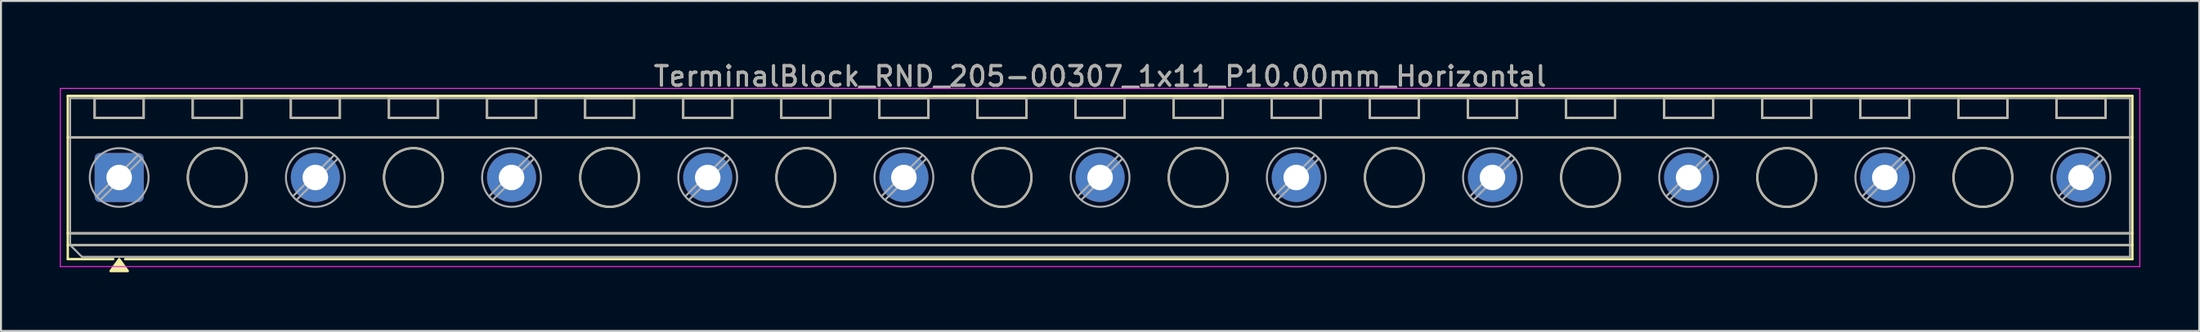
<source format=kicad_pcb>
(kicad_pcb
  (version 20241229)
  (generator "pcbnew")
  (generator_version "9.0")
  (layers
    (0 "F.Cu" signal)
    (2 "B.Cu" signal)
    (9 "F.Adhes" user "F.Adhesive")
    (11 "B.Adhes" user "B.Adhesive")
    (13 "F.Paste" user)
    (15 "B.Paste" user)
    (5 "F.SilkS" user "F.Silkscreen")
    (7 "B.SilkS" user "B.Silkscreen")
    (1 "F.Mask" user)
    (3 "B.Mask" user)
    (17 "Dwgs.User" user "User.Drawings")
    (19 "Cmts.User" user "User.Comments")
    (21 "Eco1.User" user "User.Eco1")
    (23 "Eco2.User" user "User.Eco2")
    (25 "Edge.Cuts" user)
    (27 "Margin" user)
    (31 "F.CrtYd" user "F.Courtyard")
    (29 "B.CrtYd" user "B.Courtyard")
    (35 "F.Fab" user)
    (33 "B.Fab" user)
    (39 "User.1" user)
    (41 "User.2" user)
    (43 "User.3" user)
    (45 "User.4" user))
  (footprint "TerminalBlock_RND_205-00307_1x11_P10.00mm_Horizontal"
    (layer "F.Cu")
    (at 3.025 6.018)
    (property "Reference" "TerminalBlock_RND_205-00307_1x11_P10.00mm_Horizontal" (at 50 -5.17 0) (layer "F.SilkS") (effects (font (size 1 1) (thickness 0.15))))
    (attr through_hole)
    (fp_line (start -2.62 -4.17) (end -2.62 4.17) (stroke (width 0.12) (type solid)) (layer "F.SilkS"))
    (fp_line (start -2.62 -4.17) (end 102.62 -4.17) (stroke (width 0.12) (type solid)) (layer "F.SilkS"))
    (fp_line (start -2.62 -2.05) (end 102.62 -2.05) (stroke (width 0.12) (type solid)) (layer "F.SilkS"))
    (fp_line (start -2.62 2.85) (end 102.62 2.85) (stroke (width 0.12) (type solid)) (layer "F.SilkS"))
    (fp_line (start -2.62 3.45) (end 102.62 3.45) (stroke (width 0.12) (type solid)) (layer "F.SilkS"))
    (fp_line (start -2.62 4.17) (end -0.3 4.17) (stroke (width 0.12) (type solid)) (layer "F.SilkS"))
    (fp_line (start -1.25 -4.05) (end -1.25 -3.05) (stroke (width 0.12) (type solid)) (layer "F.SilkS"))
    (fp_line (start -1.25 -4.05) (end 1.25 -4.05) (stroke (width 0.12) (type solid)) (layer "F.SilkS"))
    (fp_line (start -1.25 -3.05) (end 1.25 -3.05) (stroke (width 0.12) (type solid)) (layer "F.SilkS"))
    (fp_line (start 0.3 4.17) (end 102.62 4.17) (stroke (width 0.12) (type solid)) (layer "F.SilkS"))
    (fp_line (start 1.25 -4.05) (end 1.25 -3.05) (stroke (width 0.12) (type solid)) (layer "F.SilkS"))
    (fp_line (start 3.75 -4.05) (end 3.75 -3.05) (stroke (width 0.12) (type solid)) (layer "F.SilkS"))
    (fp_line (start 3.75 -4.05) (end 6.25 -4.05) (stroke (width 0.12) (type solid)) (layer "F.SilkS"))
    (fp_line (start 3.75 -3.05) (end 6.25 -3.05) (stroke (width 0.12) (type solid)) (layer "F.SilkS"))
    (fp_line (start 6.25 -4.05) (end 6.25 -3.05) (stroke (width 0.12) (type solid)) (layer "F.SilkS"))
    (fp_line (start 8.75 -4.05) (end 8.75 -3.05) (stroke (width 0.12) (type solid)) (layer "F.SilkS"))
    (fp_line (start 8.75 -4.05) (end 11.25 -4.05) (stroke (width 0.12) (type solid)) (layer "F.SilkS"))
    (fp_line (start 8.75 -3.05) (end 11.25 -3.05) (stroke (width 0.12) (type solid)) (layer "F.SilkS"))
    (fp_line (start 11.25 -4.05) (end 11.25 -3.05) (stroke (width 0.12) (type solid)) (layer "F.SilkS"))
    (fp_line (start 13.75 -4.05) (end 13.75 -3.05) (stroke (width 0.12) (type solid)) (layer "F.SilkS"))
    (fp_line (start 13.75 -4.05) (end 16.25 -4.05) (stroke (width 0.12) (type solid)) (layer "F.SilkS"))
    (fp_line (start 13.75 -3.05) (end 16.25 -3.05) (stroke (width 0.12) (type solid)) (layer "F.SilkS"))
    (fp_line (start 16.25 -4.05) (end 16.25 -3.05) (stroke (width 0.12) (type solid)) (layer "F.SilkS"))
    (fp_line (start 18.75 -4.05) (end 18.75 -3.05) (stroke (width 0.12) (type solid)) (layer "F.SilkS"))
    (fp_line (start 18.75 -4.05) (end 21.25 -4.05) (stroke (width 0.12) (type solid)) (layer "F.SilkS"))
    (fp_line (start 18.75 -3.05) (end 21.25 -3.05) (stroke (width 0.12) (type solid)) (layer "F.SilkS"))
    (fp_line (start 21.25 -4.05) (end 21.25 -3.05) (stroke (width 0.12) (type solid)) (layer "F.SilkS"))
    (fp_line (start 23.75 -4.05) (end 23.75 -3.05) (stroke (width 0.12) (type solid)) (layer "F.SilkS"))
    (fp_line (start 23.75 -4.05) (end 26.25 -4.05) (stroke (width 0.12) (type solid)) (layer "F.SilkS"))
    (fp_line (start 23.75 -3.05) (end 26.25 -3.05) (stroke (width 0.12) (type solid)) (layer "F.SilkS"))
    (fp_line (start 26.25 -4.05) (end 26.25 -3.05) (stroke (width 0.12) (type solid)) (layer "F.SilkS"))
    (fp_line (start 28.75 -4.05) (end 28.75 -3.05) (stroke (width 0.12) (type solid)) (layer "F.SilkS"))
    (fp_line (start 28.75 -4.05) (end 31.25 -4.05) (stroke (width 0.12) (type solid)) (layer "F.SilkS"))
    (fp_line (start 28.75 -3.05) (end 31.25 -3.05) (stroke (width 0.12) (type solid)) (layer "F.SilkS"))
    (fp_line (start 31.25 -4.05) (end 31.25 -3.05) (stroke (width 0.12) (type solid)) (layer "F.SilkS"))
    (fp_line (start 33.75 -4.05) (end 33.75 -3.05) (stroke (width 0.12) (type solid)) (layer "F.SilkS"))
    (fp_line (start 33.75 -4.05) (end 36.25 -4.05) (stroke (width 0.12) (type solid)) (layer "F.SilkS"))
    (fp_line (start 33.75 -3.05) (end 36.25 -3.05) (stroke (width 0.12) (type solid)) (layer "F.SilkS"))
    (fp_line (start 36.25 -4.05) (end 36.25 -3.05) (stroke (width 0.12) (type solid)) (layer "F.SilkS"))
    (fp_line (start 38.75 -4.05) (end 38.75 -3.05) (stroke (width 0.12) (type solid)) (layer "F.SilkS"))
    (fp_line (start 38.75 -4.05) (end 41.25 -4.05) (stroke (width 0.12) (type solid)) (layer "F.SilkS"))
    (fp_line (start 38.75 -3.05) (end 41.25 -3.05) (stroke (width 0.12) (type solid)) (layer "F.SilkS"))
    (fp_line (start 41.25 -4.05) (end 41.25 -3.05) (stroke (width 0.12) (type solid)) (layer "F.SilkS"))
    (fp_line (start 43.75 -4.05) (end 43.75 -3.05) (stroke (width 0.12) (type solid)) (layer "F.SilkS"))
    (fp_line (start 43.75 -4.05) (end 46.25 -4.05) (stroke (width 0.12) (type solid)) (layer "F.SilkS"))
    (fp_line (start 43.75 -3.05) (end 46.25 -3.05) (stroke (width 0.12) (type solid)) (layer "F.SilkS"))
    (fp_line (start 46.25 -4.05) (end 46.25 -3.05) (stroke (width 0.12) (type solid)) (layer "F.SilkS"))
    (fp_line (start 48.75 -4.05) (end 48.75 -3.05) (stroke (width 0.12) (type solid)) (layer "F.SilkS"))
    (fp_line (start 48.75 -4.05) (end 51.25 -4.05) (stroke (width 0.12) (type solid)) (layer "F.SilkS"))
    (fp_line (start 48.75 -3.05) (end 51.25 -3.05) (stroke (width 0.12) (type solid)) (layer "F.SilkS"))
    (fp_line (start 51.25 -4.05) (end 51.25 -3.05) (stroke (width 0.12) (type solid)) (layer "F.SilkS"))
    (fp_line (start 53.75 -4.05) (end 53.75 -3.05) (stroke (width 0.12) (type solid)) (layer "F.SilkS"))
    (fp_line (start 53.75 -4.05) (end 56.25 -4.05) (stroke (width 0.12) (type solid)) (layer "F.SilkS"))
    (fp_line (start 53.75 -3.05) (end 56.25 -3.05) (stroke (width 0.12) (type solid)) (layer "F.SilkS"))
    (fp_line (start 56.25 -4.05) (end 56.25 -3.05) (stroke (width 0.12) (type solid)) (layer "F.SilkS"))
    (fp_line (start 58.75 -4.05) (end 58.75 -3.05) (stroke (width 0.12) (type solid)) (layer "F.SilkS"))
    (fp_line (start 58.75 -4.05) (end 61.25 -4.05) (stroke (width 0.12) (type solid)) (layer "F.SilkS"))
    (fp_line (start 58.75 -3.05) (end 61.25 -3.05) (stroke (width 0.12) (type solid)) (layer "F.SilkS"))
    (fp_line (start 61.25 -4.05) (end 61.25 -3.05) (stroke (width 0.12) (type solid)) (layer "F.SilkS"))
    (fp_line (start 63.75 -4.05) (end 63.75 -3.05) (stroke (width 0.12) (type solid)) (layer "F.SilkS"))
    (fp_line (start 63.75 -4.05) (end 66.25 -4.05) (stroke (width 0.12) (type solid)) (layer "F.SilkS"))
    (fp_line (start 63.75 -3.05) (end 66.25 -3.05) (stroke (width 0.12) (type solid)) (layer "F.SilkS"))
    (fp_line (start 66.25 -4.05) (end 66.25 -3.05) (stroke (width 0.12) (type solid)) (layer "F.SilkS"))
    (fp_line (start 68.75 -4.05) (end 68.75 -3.05) (stroke (width 0.12) (type solid)) (layer "F.SilkS"))
    (fp_line (start 68.75 -4.05) (end 71.25 -4.05) (stroke (width 0.12) (type solid)) (layer "F.SilkS"))
    (fp_line (start 68.75 -3.05) (end 71.25 -3.05) (stroke (width 0.12) (type solid)) (layer "F.SilkS"))
    (fp_line (start 71.25 -4.05) (end 71.25 -3.05) (stroke (width 0.12) (type solid)) (layer "F.SilkS"))
    (fp_line (start 73.75 -4.05) (end 73.75 -3.05) (stroke (width 0.12) (type solid)) (layer "F.SilkS"))
    (fp_line (start 73.75 -4.05) (end 76.25 -4.05) (stroke (width 0.12) (type solid)) (layer "F.SilkS"))
    (fp_line (start 73.75 -3.05) (end 76.25 -3.05) (stroke (width 0.12) (type solid)) (layer "F.SilkS"))
    (fp_line (start 76.25 -4.05) (end 76.25 -3.05) (stroke (width 0.12) (type solid)) (layer "F.SilkS"))
    (fp_line (start 78.75 -4.05) (end 78.75 -3.05) (stroke (width 0.12) (type solid)) (layer "F.SilkS"))
    (fp_line (start 78.75 -4.05) (end 81.25 -4.05) (stroke (width 0.12) (type solid)) (layer "F.SilkS"))
    (fp_line (start 78.75 -3.05) (end 81.25 -3.05) (stroke (width 0.12) (type solid)) (layer "F.SilkS"))
    (fp_line (start 81.25 -4.05) (end 81.25 -3.05) (stroke (width 0.12) (type solid)) (layer "F.SilkS"))
    (fp_line (start 83.75 -4.05) (end 83.75 -3.05) (stroke (width 0.12) (type solid)) (layer "F.SilkS"))
    (fp_line (start 83.75 -4.05) (end 86.25 -4.05) (stroke (width 0.12) (type solid)) (layer "F.SilkS"))
    (fp_line (start 83.75 -3.05) (end 86.25 -3.05) (stroke (width 0.12) (type solid)) (layer "F.SilkS"))
    (fp_line (start 86.25 -4.05) (end 86.25 -3.05) (stroke (width 0.12) (type solid)) (layer "F.SilkS"))
    (fp_line (start 88.75 -4.05) (end 88.75 -3.05) (stroke (width 0.12) (type solid)) (layer "F.SilkS"))
    (fp_line (start 88.75 -4.05) (end 91.25 -4.05) (stroke (width 0.12) (type solid)) (layer "F.SilkS"))
    (fp_line (start 88.75 -3.05) (end 91.25 -3.05) (stroke (width 0.12) (type solid)) (layer "F.SilkS"))
    (fp_line (start 91.25 -4.05) (end 91.25 -3.05) (stroke (width 0.12) (type solid)) (layer "F.SilkS"))
    (fp_line (start 93.75 -4.05) (end 93.75 -3.05) (stroke (width 0.12) (type solid)) (layer "F.SilkS"))
    (fp_line (start 93.75 -4.05) (end 96.25 -4.05) (stroke (width 0.12) (type solid)) (layer "F.SilkS"))
    (fp_line (start 93.75 -3.05) (end 96.25 -3.05) (stroke (width 0.12) (type solid)) (layer "F.SilkS"))
    (fp_line (start 96.25 -4.05) (end 96.25 -3.05) (stroke (width 0.12) (type solid)) (layer "F.SilkS"))
    (fp_line (start 98.75 -4.05) (end 98.75 -3.05) (stroke (width 0.12) (type solid)) (layer "F.SilkS"))
    (fp_line (start 98.75 -4.05) (end 101.25 -4.05) (stroke (width 0.12) (type solid)) (layer "F.SilkS"))
    (fp_line (start 98.75 -3.05) (end 101.25 -3.05) (stroke (width 0.12) (type solid)) (layer "F.SilkS"))
    (fp_line (start 101.25 -4.05) (end 101.25 -3.05) (stroke (width 0.12) (type solid)) (layer "F.SilkS"))
    (fp_line (start 102.62 -4.17) (end 102.62 4.17) (stroke (width 0.12) (type solid)) (layer "F.SilkS"))
    (fp_circle (center 5 0) (end 6.5 0) (stroke (width 0.12) (type solid)) (fill no) (layer "F.SilkS"))
    (fp_circle (center 15 0) (end 16.5 0) (stroke (width 0.12) (type solid)) (fill no) (layer "F.SilkS"))
    (fp_circle (center 25 0) (end 26.5 0) (stroke (width 0.12) (type solid)) (fill no) (layer "F.SilkS"))
    (fp_circle (center 35 0) (end 36.5 0) (stroke (width 0.12) (type solid)) (fill no) (layer "F.SilkS"))
    (fp_circle (center 45 0) (end 46.5 0) (stroke (width 0.12) (type solid)) (fill no) (layer "F.SilkS"))
    (fp_circle (center 55 0) (end 56.5 0) (stroke (width 0.12) (type solid)) (fill no) (layer "F.SilkS"))
    (fp_circle (center 65 0) (end 66.5 0) (stroke (width 0.12) (type solid)) (fill no) (layer "F.SilkS"))
    (fp_circle (center 75 0) (end 76.5 0) (stroke (width 0.12) (type solid)) (fill no) (layer "F.SilkS"))
    (fp_circle (center 85 0) (end 86.5 0) (stroke (width 0.12) (type solid)) (fill no) (layer "F.SilkS"))
    (fp_circle (center 95 0) (end 96.5 0) (stroke (width 0.12) (type solid)) (fill no) (layer "F.SilkS"))
    (fp_poly (pts (xy 0 4.17) (xy 0.44 4.78) (xy -0.44 4.78)) (stroke (width 0.12) (type solid)) (fill yes) (layer "F.SilkS"))
    (fp_line (start -3 -4.55) (end -3 4.55) (stroke (width 0.05) (type solid)) (layer "F.CrtYd"))
    (fp_line (start -3 4.55) (end 103 4.55) (stroke (width 0.05) (type solid)) (layer "F.CrtYd"))
    (fp_line (start 103 -4.55) (end -3 -4.55) (stroke (width 0.05) (type solid)) (layer "F.CrtYd"))
    (fp_line (start 103 4.55) (end 103 -4.55) (stroke (width 0.05) (type solid)) (layer "F.CrtYd"))
    (fp_line (start -2.5 -4.05) (end 102.5 -4.05) (stroke (width 0.1) (type solid)) (layer "F.Fab"))
    (fp_line (start -2.5 -2.05) (end 102.5 -2.05) (stroke (width 0.1) (type solid)) (layer "F.Fab"))
    (fp_line (start -2.5 2.85) (end 102.5 2.85) (stroke (width 0.1) (type solid)) (layer "F.Fab"))
    (fp_line (start -2.5 3.45) (end -2.5 -4.05) (stroke (width 0.1) (type solid)) (layer "F.Fab"))
    (fp_line (start -2.5 3.45) (end 102.5 3.45) (stroke (width 0.1) (type solid)) (layer "F.Fab"))
    (fp_line (start -1.9 4.05) (end -2.5 3.45) (stroke (width 0.1) (type solid)) (layer "F.Fab"))
    (fp_line (start -1.25 -4.05) (end -1.25 -3.05) (stroke (width 0.1) (type solid)) (layer "F.Fab"))
    (fp_line (start -1.25 -3.05) (end 1.25 -3.05) (stroke (width 0.1) (type solid)) (layer "F.Fab"))
    (fp_line (start 0.955 -1.138) (end -1.138 0.955) (stroke (width 0.1) (type solid)) (layer "F.Fab"))
    (fp_line (start 1.138 -0.955) (end -0.955 1.138) (stroke (width 0.1) (type solid)) (layer "F.Fab"))
    (fp_line (start 1.25 -4.05) (end -1.25 -4.05) (stroke (width 0.1) (type solid)) (layer "F.Fab"))
    (fp_line (start 1.25 -3.05) (end 1.25 -4.05) (stroke (width 0.1) (type solid)) (layer "F.Fab"))
    (fp_line (start 3.75 -4.05) (end 3.75 -3.05) (stroke (width 0.1) (type solid)) (layer "F.Fab"))
    (fp_line (start 3.75 -3.05) (end 6.25 -3.05) (stroke (width 0.1) (type solid)) (layer "F.Fab"))
    (fp_line (start 6.25 -4.05) (end 3.75 -4.05) (stroke (width 0.1) (type solid)) (layer "F.Fab"))
    (fp_line (start 6.25 -3.05) (end 6.25 -4.05) (stroke (width 0.1) (type solid)) (layer "F.Fab"))
    (fp_line (start 8.75 -4.05) (end 8.75 -3.05) (stroke (width 0.1) (type solid)) (layer "F.Fab"))
    (fp_line (start 8.75 -3.05) (end 11.25 -3.05) (stroke (width 0.1) (type solid)) (layer "F.Fab"))
    (fp_line (start 10.955 -1.138) (end 8.862 0.955) (stroke (width 0.1) (type solid)) (layer "F.Fab"))
    (fp_line (start 11.138 -0.955) (end 9.045 1.138) (stroke (width 0.1) (type solid)) (layer "F.Fab"))
    (fp_line (start 11.25 -4.05) (end 8.75 -4.05) (stroke (width 0.1) (type solid)) (layer "F.Fab"))
    (fp_line (start 11.25 -3.05) (end 11.25 -4.05) (stroke (width 0.1) (type solid)) (layer "F.Fab"))
    (fp_line (start 13.75 -4.05) (end 13.75 -3.05) (stroke (width 0.1) (type solid)) (layer "F.Fab"))
    (fp_line (start 13.75 -3.05) (end 16.25 -3.05) (stroke (width 0.1) (type solid)) (layer "F.Fab"))
    (fp_line (start 16.25 -4.05) (end 13.75 -4.05) (stroke (width 0.1) (type solid)) (layer "F.Fab"))
    (fp_line (start 16.25 -3.05) (end 16.25 -4.05) (stroke (width 0.1) (type solid)) (layer "F.Fab"))
    (fp_line (start 18.75 -4.05) (end 18.75 -3.05) (stroke (width 0.1) (type solid)) (layer "F.Fab"))
    (fp_line (start 18.75 -3.05) (end 21.25 -3.05) (stroke (width 0.1) (type solid)) (layer "F.Fab"))
    (fp_line (start 20.955 -1.138) (end 18.862 0.955) (stroke (width 0.1) (type solid)) (layer "F.Fab"))
    (fp_line (start 21.138 -0.955) (end 19.045 1.138) (stroke (width 0.1) (type solid)) (layer "F.Fab"))
    (fp_line (start 21.25 -4.05) (end 18.75 -4.05) (stroke (width 0.1) (type solid)) (layer "F.Fab"))
    (fp_line (start 21.25 -3.05) (end 21.25 -4.05) (stroke (width 0.1) (type solid)) (layer "F.Fab"))
    (fp_line (start 23.75 -4.05) (end 23.75 -3.05) (stroke (width 0.1) (type solid)) (layer "F.Fab"))
    (fp_line (start 23.75 -3.05) (end 26.25 -3.05) (stroke (width 0.1) (type solid)) (layer "F.Fab"))
    (fp_line (start 26.25 -4.05) (end 23.75 -4.05) (stroke (width 0.1) (type solid)) (layer "F.Fab"))
    (fp_line (start 26.25 -3.05) (end 26.25 -4.05) (stroke (width 0.1) (type solid)) (layer "F.Fab"))
    (fp_line (start 28.75 -4.05) (end 28.75 -3.05) (stroke (width 0.1) (type solid)) (layer "F.Fab"))
    (fp_line (start 28.75 -3.05) (end 31.25 -3.05) (stroke (width 0.1) (type solid)) (layer "F.Fab"))
    (fp_line (start 30.955 -1.138) (end 28.862 0.955) (stroke (width 0.1) (type solid)) (layer "F.Fab"))
    (fp_line (start 31.138 -0.955) (end 29.045 1.138) (stroke (width 0.1) (type solid)) (layer "F.Fab"))
    (fp_line (start 31.25 -4.05) (end 28.75 -4.05) (stroke (width 0.1) (type solid)) (layer "F.Fab"))
    (fp_line (start 31.25 -3.05) (end 31.25 -4.05) (stroke (width 0.1) (type solid)) (layer "F.Fab"))
    (fp_line (start 33.75 -4.05) (end 33.75 -3.05) (stroke (width 0.1) (type solid)) (layer "F.Fab"))
    (fp_line (start 33.75 -3.05) (end 36.25 -3.05) (stroke (width 0.1) (type solid)) (layer "F.Fab"))
    (fp_line (start 36.25 -4.05) (end 33.75 -4.05) (stroke (width 0.1) (type solid)) (layer "F.Fab"))
    (fp_line (start 36.25 -3.05) (end 36.25 -4.05) (stroke (width 0.1) (type solid)) (layer "F.Fab"))
    (fp_line (start 38.75 -4.05) (end 38.75 -3.05) (stroke (width 0.1) (type solid)) (layer "F.Fab"))
    (fp_line (start 38.75 -3.05) (end 41.25 -3.05) (stroke (width 0.1) (type solid)) (layer "F.Fab"))
    (fp_line (start 40.955 -1.138) (end 38.862 0.955) (stroke (width 0.1) (type solid)) (layer "F.Fab"))
    (fp_line (start 41.138 -0.955) (end 39.045 1.138) (stroke (width 0.1) (type solid)) (layer "F.Fab"))
    (fp_line (start 41.25 -4.05) (end 38.75 -4.05) (stroke (width 0.1) (type solid)) (layer "F.Fab"))
    (fp_line (start 41.25 -3.05) (end 41.25 -4.05) (stroke (width 0.1) (type solid)) (layer "F.Fab"))
    (fp_line (start 43.75 -4.05) (end 43.75 -3.05) (stroke (width 0.1) (type solid)) (layer "F.Fab"))
    (fp_line (start 43.75 -3.05) (end 46.25 -3.05) (stroke (width 0.1) (type solid)) (layer "F.Fab"))
    (fp_line (start 46.25 -4.05) (end 43.75 -4.05) (stroke (width 0.1) (type solid)) (layer "F.Fab"))
    (fp_line (start 46.25 -3.05) (end 46.25 -4.05) (stroke (width 0.1) (type solid)) (layer "F.Fab"))
    (fp_line (start 48.75 -4.05) (end 48.75 -3.05) (stroke (width 0.1) (type solid)) (layer "F.Fab"))
    (fp_line (start 48.75 -3.05) (end 51.25 -3.05) (stroke (width 0.1) (type solid)) (layer "F.Fab"))
    (fp_line (start 50.955 -1.138) (end 48.862 0.955) (stroke (width 0.1) (type solid)) (layer "F.Fab"))
    (fp_line (start 51.138 -0.955) (end 49.045 1.138) (stroke (width 0.1) (type solid)) (layer "F.Fab"))
    (fp_line (start 51.25 -4.05) (end 48.75 -4.05) (stroke (width 0.1) (type solid)) (layer "F.Fab"))
    (fp_line (start 51.25 -3.05) (end 51.25 -4.05) (stroke (width 0.1) (type solid)) (layer "F.Fab"))
    (fp_line (start 53.75 -4.05) (end 53.75 -3.05) (stroke (width 0.1) (type solid)) (layer "F.Fab"))
    (fp_line (start 53.75 -3.05) (end 56.25 -3.05) (stroke (width 0.1) (type solid)) (layer "F.Fab"))
    (fp_line (start 56.25 -4.05) (end 53.75 -4.05) (stroke (width 0.1) (type solid)) (layer "F.Fab"))
    (fp_line (start 56.25 -3.05) (end 56.25 -4.05) (stroke (width 0.1) (type solid)) (layer "F.Fab"))
    (fp_line (start 58.75 -4.05) (end 58.75 -3.05) (stroke (width 0.1) (type solid)) (layer "F.Fab"))
    (fp_line (start 58.75 -3.05) (end 61.25 -3.05) (stroke (width 0.1) (type solid)) (layer "F.Fab"))
    (fp_line (start 60.955 -1.138) (end 58.862 0.955) (stroke (width 0.1) (type solid)) (layer "F.Fab"))
    (fp_line (start 61.138 -0.955) (end 59.045 1.138) (stroke (width 0.1) (type solid)) (layer "F.Fab"))
    (fp_line (start 61.25 -4.05) (end 58.75 -4.05) (stroke (width 0.1) (type solid)) (layer "F.Fab"))
    (fp_line (start 61.25 -3.05) (end 61.25 -4.05) (stroke (width 0.1) (type solid)) (layer "F.Fab"))
    (fp_line (start 63.75 -4.05) (end 63.75 -3.05) (stroke (width 0.1) (type solid)) (layer "F.Fab"))
    (fp_line (start 63.75 -3.05) (end 66.25 -3.05) (stroke (width 0.1) (type solid)) (layer "F.Fab"))
    (fp_line (start 66.25 -4.05) (end 63.75 -4.05) (stroke (width 0.1) (type solid)) (layer "F.Fab"))
    (fp_line (start 66.25 -3.05) (end 66.25 -4.05) (stroke (width 0.1) (type solid)) (layer "F.Fab"))
    (fp_line (start 68.75 -4.05) (end 68.75 -3.05) (stroke (width 0.1) (type solid)) (layer "F.Fab"))
    (fp_line (start 68.75 -3.05) (end 71.25 -3.05) (stroke (width 0.1) (type solid)) (layer "F.Fab"))
    (fp_line (start 70.955 -1.138) (end 68.862 0.955) (stroke (width 0.1) (type solid)) (layer "F.Fab"))
    (fp_line (start 71.138 -0.955) (end 69.045 1.138) (stroke (width 0.1) (type solid)) (layer "F.Fab"))
    (fp_line (start 71.25 -4.05) (end 68.75 -4.05) (stroke (width 0.1) (type solid)) (layer "F.Fab"))
    (fp_line (start 71.25 -3.05) (end 71.25 -4.05) (stroke (width 0.1) (type solid)) (layer "F.Fab"))
    (fp_line (start 73.75 -4.05) (end 73.75 -3.05) (stroke (width 0.1) (type solid)) (layer "F.Fab"))
    (fp_line (start 73.75 -3.05) (end 76.25 -3.05) (stroke (width 0.1) (type solid)) (layer "F.Fab"))
    (fp_line (start 76.25 -4.05) (end 73.75 -4.05) (stroke (width 0.1) (type solid)) (layer "F.Fab"))
    (fp_line (start 76.25 -3.05) (end 76.25 -4.05) (stroke (width 0.1) (type solid)) (layer "F.Fab"))
    (fp_line (start 78.75 -4.05) (end 78.75 -3.05) (stroke (width 0.1) (type solid)) (layer "F.Fab"))
    (fp_line (start 78.75 -3.05) (end 81.25 -3.05) (stroke (width 0.1) (type solid)) (layer "F.Fab"))
    (fp_line (start 80.955 -1.138) (end 78.862 0.955) (stroke (width 0.1) (type solid)) (layer "F.Fab"))
    (fp_line (start 81.138 -0.955) (end 79.045 1.138) (stroke (width 0.1) (type solid)) (layer "F.Fab"))
    (fp_line (start 81.25 -4.05) (end 78.75 -4.05) (stroke (width 0.1) (type solid)) (layer "F.Fab"))
    (fp_line (start 81.25 -3.05) (end 81.25 -4.05) (stroke (width 0.1) (type solid)) (layer "F.Fab"))
    (fp_line (start 83.75 -4.05) (end 83.75 -3.05) (stroke (width 0.1) (type solid)) (layer "F.Fab"))
    (fp_line (start 83.75 -3.05) (end 86.25 -3.05) (stroke (width 0.1) (type solid)) (layer "F.Fab"))
    (fp_line (start 86.25 -4.05) (end 83.75 -4.05) (stroke (width 0.1) (type solid)) (layer "F.Fab"))
    (fp_line (start 86.25 -3.05) (end 86.25 -4.05) (stroke (width 0.1) (type solid)) (layer "F.Fab"))
    (fp_line (start 88.75 -4.05) (end 88.75 -3.05) (stroke (width 0.1) (type solid)) (layer "F.Fab"))
    (fp_line (start 88.75 -3.05) (end 91.25 -3.05) (stroke (width 0.1) (type solid)) (layer "F.Fab"))
    (fp_line (start 90.955 -1.138) (end 88.862 0.955) (stroke (width 0.1) (type solid)) (layer "F.Fab"))
    (fp_line (start 91.138 -0.955) (end 89.045 1.138) (stroke (width 0.1) (type solid)) (layer "F.Fab"))
    (fp_line (start 91.25 -4.05) (end 88.75 -4.05) (stroke (width 0.1) (type solid)) (layer "F.Fab"))
    (fp_line (start 91.25 -3.05) (end 91.25 -4.05) (stroke (width 0.1) (type solid)) (layer "F.Fab"))
    (fp_line (start 93.75 -4.05) (end 93.75 -3.05) (stroke (width 0.1) (type solid)) (layer "F.Fab"))
    (fp_line (start 93.75 -3.05) (end 96.25 -3.05) (stroke (width 0.1) (type solid)) (layer "F.Fab"))
    (fp_line (start 96.25 -4.05) (end 93.75 -4.05) (stroke (width 0.1) (type solid)) (layer "F.Fab"))
    (fp_line (start 96.25 -3.05) (end 96.25 -4.05) (stroke (width 0.1) (type solid)) (layer "F.Fab"))
    (fp_line (start 98.75 -4.05) (end 98.75 -3.05) (stroke (width 0.1) (type solid)) (layer "F.Fab"))
    (fp_line (start 98.75 -3.05) (end 101.25 -3.05) (stroke (width 0.1) (type solid)) (layer "F.Fab"))
    (fp_line (start 100.955 -1.138) (end 98.862 0.955) (stroke (width 0.1) (type solid)) (layer "F.Fab"))
    (fp_line (start 101.138 -0.955) (end 99.045 1.138) (stroke (width 0.1) (type solid)) (layer "F.Fab"))
    (fp_line (start 101.25 -4.05) (end 98.75 -4.05) (stroke (width 0.1) (type solid)) (layer "F.Fab"))
    (fp_line (start 101.25 -3.05) (end 101.25 -4.05) (stroke (width 0.1) (type solid)) (layer "F.Fab"))
    (fp_line (start 102.5 -4.05) (end 102.5 4.05) (stroke (width 0.1) (type solid)) (layer "F.Fab"))
    (fp_line (start 102.5 4.05) (end -1.9 4.05) (stroke (width 0.1) (type solid)) (layer "F.Fab"))
    (fp_circle (center 0 0) (end 1.5 0) (stroke (width 0.1) (type solid)) (fill no) (layer "F.Fab"))
    (fp_circle (center 5 0) (end 6.5 0) (stroke (width 0.1) (type solid)) (fill no) (layer "F.Fab"))
    (fp_circle (center 10 0) (end 11.5 0) (stroke (width 0.1) (type solid)) (fill no) (layer "F.Fab"))
    (fp_circle (center 15 0) (end 16.5 0) (stroke (width 0.1) (type solid)) (fill no) (layer "F.Fab"))
    (fp_circle (center 20 0) (end 21.5 0) (stroke (width 0.1) (type solid)) (fill no) (layer "F.Fab"))
    (fp_circle (center 25 0) (end 26.5 0) (stroke (width 0.1) (type solid)) (fill no) (layer "F.Fab"))
    (fp_circle (center 30 0) (end 31.5 0) (stroke (width 0.1) (type solid)) (fill no) (layer "F.Fab"))
    (fp_circle (center 35 0) (end 36.5 0) (stroke (width 0.1) (type solid)) (fill no) (layer "F.Fab"))
    (fp_circle (center 40 0) (end 41.5 0) (stroke (width 0.1) (type solid)) (fill no) (layer "F.Fab"))
    (fp_circle (center 45 0) (end 46.5 0) (stroke (width 0.1) (type solid)) (fill no) (layer "F.Fab"))
    (fp_circle (center 50 0) (end 51.5 0) (stroke (width 0.1) (type solid)) (fill no) (layer "F.Fab"))
    (fp_circle (center 55 0) (end 56.5 0) (stroke (width 0.1) (type solid)) (fill no) (layer "F.Fab"))
    (fp_circle (center 60 0) (end 61.5 0) (stroke (width 0.1) (type solid)) (fill no) (layer "F.Fab"))
    (fp_circle (center 65 0) (end 66.5 0) (stroke (width 0.1) (type solid)) (fill no) (layer "F.Fab"))
    (fp_circle (center 70 0) (end 71.5 0) (stroke (width 0.1) (type solid)) (fill no) (layer "F.Fab"))
    (fp_circle (center 75 0) (end 76.5 0) (stroke (width 0.1) (type solid)) (fill no) (layer "F.Fab"))
    (fp_circle (center 80 0) (end 81.5 0) (stroke (width 0.1) (type solid)) (fill no) (layer "F.Fab"))
    (fp_circle (center 85 0) (end 86.5 0) (stroke (width 0.1) (type solid)) (fill no) (layer "F.Fab"))
    (fp_circle (center 90 0) (end 91.5 0) (stroke (width 0.1) (type solid)) (fill no) (layer "F.Fab"))
    (fp_circle (center 95 0) (end 96.5 0) (stroke (width 0.1) (type solid)) (fill no) (layer "F.Fab"))
    (fp_circle (center 100 0) (end 101.5 0) (stroke (width 0.1) (type solid)) (fill no) (layer "F.Fab"))
    (fp_text user "${REFERENCE}" (at 50 -5.17 0) (layer "F.Fab") (effects (font (size 1 1) (thickness 0.15))))
    (pad "1" thru_hole roundrect (at 0 0) (size 2.5 2.5) (drill 1.3) (layers "*.Cu" "*.Mask") (roundrect_rratio 0.1))
    (pad "2" thru_hole circle (at 10 0) (size 2.5 2.5) (drill 1.3) (layers "*.Cu" "*.Mask"))
    (pad "3" thru_hole circle (at 20 0) (size 2.5 2.5) (drill 1.3) (layers "*.Cu" "*.Mask"))
    (pad "4" thru_hole circle (at 30 0) (size 2.5 2.5) (drill 1.3) (layers "*.Cu" "*.Mask"))
    (pad "5" thru_hole circle (at 40 0) (size 2.5 2.5) (drill 1.3) (layers "*.Cu" "*.Mask"))
    (pad "6" thru_hole circle (at 50 0) (size 2.5 2.5) (drill 1.3) (layers "*.Cu" "*.Mask"))
    (pad "7" thru_hole circle (at 60 0) (size 2.5 2.5) (drill 1.3) (layers "*.Cu" "*.Mask"))
    (pad "8" thru_hole circle (at 70 0) (size 2.5 2.5) (drill 1.3) (layers "*.Cu" "*.Mask"))
    (pad "9" thru_hole circle (at 80 0) (size 2.5 2.5) (drill 1.3) (layers "*.Cu" "*.Mask"))
    (pad "10" thru_hole circle (at 90 0) (size 2.5 2.5) (drill 1.3) (layers "*.Cu" "*.Mask"))
    (pad "11" thru_hole circle (at 100 0) (size 2.5 2.5) (drill 1.3) (layers "*.Cu" "*.Mask")))
  (gr_rect
    (start -3 -3)
    (end 109.05 13.858)
    (stroke (width 0.1) (type default))
    (fill no)
    (layer "Edge.Cuts")))
</source>
